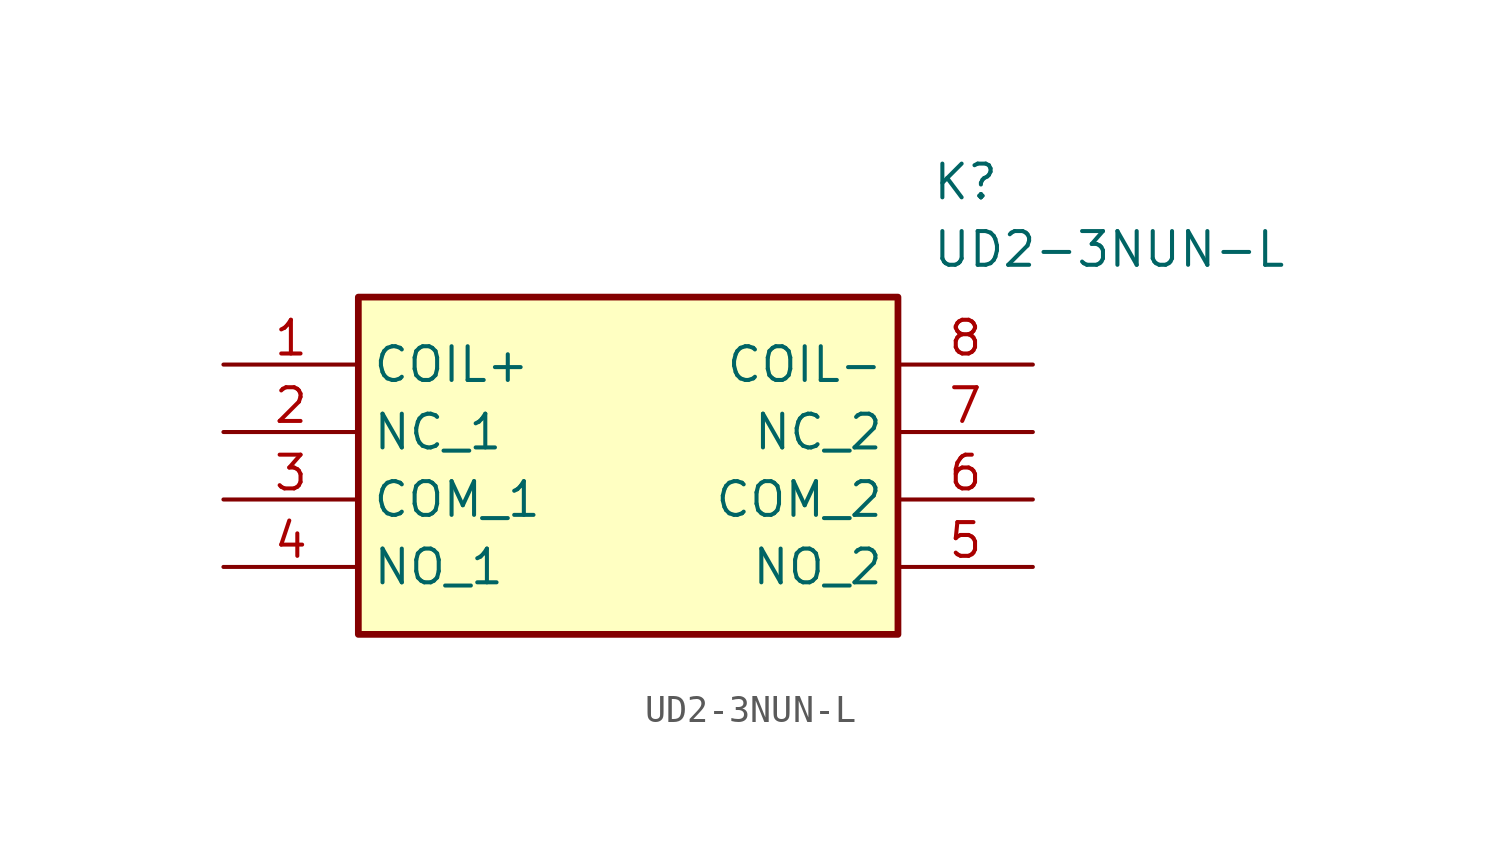
<source format=kicad_sym>
(kicad_symbol_lib
  (version 20211014)
  (generator SamacSys_ECAD_Model)
  (symbol "UD2-3NUN-L"
    (property "Reference" "K"
      (at 26.67 7.62 0)
      (effects (font (size 1.27 1.27)) (justify left top)))
    (property "Value" "UD2-3NUN-L"
      (at 26.67 5.08 0)
      (effects (font (size 1.27 1.27)) (justify left top)))
    (rectangle
      (start 5.08 2.54)
      (end 25.4 -10.16)
      (stroke (width 0.254) (type default))
      (fill (type background)))
    (pin passive line
      (at 0 0 0)
      (length 5.08)
      (name "COIL+" (effects (font (size 1.27 1.27))))
      (number "1" (effects (font (size 1.27 1.27)))))
    (pin passive line
      (at 0 -2.54 0)
      (length 5.08)
      (name "NC_1" (effects (font (size 1.27 1.27))))
      (number "2" (effects (font (size 1.27 1.27)))))
    (pin passive line
      (at 0 -5.08 0)
      (length 5.08)
      (name "COM_1" (effects (font (size 1.27 1.27))))
      (number "3" (effects (font (size 1.27 1.27)))))
    (pin passive line
      (at 0 -7.62 0)
      (length 5.08)
      (name "NO_1" (effects (font (size 1.27 1.27))))
      (number "4" (effects (font (size 1.27 1.27)))))
    (pin passive line
      (at 30.48 -7.62 180)
      (length 5.08)
      (name "NO_2" (effects (font (size 1.27 1.27))))
      (number "5" (effects (font (size 1.27 1.27)))))
    (pin passive line
      (at 30.48 -5.08 180)
      (length 5.08)
      (name "COM_2" (effects (font (size 1.27 1.27))))
      (number "6" (effects (font (size 1.27 1.27)))))
    (pin passive line
      (at 30.48 -2.54 180)
      (length 5.08)
      (name "NC_2" (effects (font (size 1.27 1.27))))
      (number "7" (effects (font (size 1.27 1.27)))))
    (pin passive line
      (at 30.48 0 180)
      (length 5.08)
      (name "COIL-" (effects (font (size 1.27 1.27))))
      (number "8" (effects (font (size 1.27 1.27)))))))
</source>
